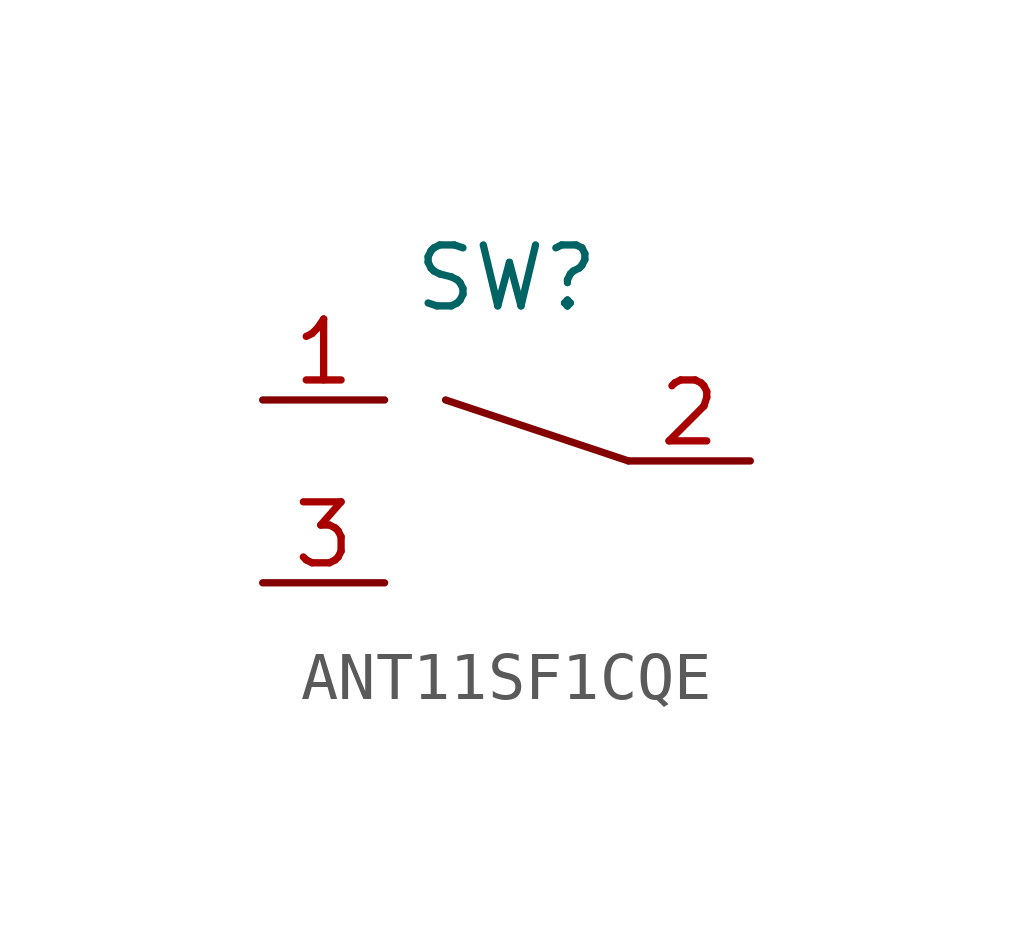
<source format=kicad_sym>
(kicad_symbol_lib
  (version 20220914)
  (generator kicad_symbol_editor)
  (symbol "ANT11SF1CQE"
    (property "Reference" "SW"
      (at 3.81 2.54 0)
      (effects (font (size 1.27 1.27))))
    (property "Value" ""
      (at 0 0 0)
      (effects (font (size 1.27 1.27))))
    (symbol "ANT11SF1CQE_0_1"
      (polyline (pts (xy 6.35 -1.27) (xy 2.54 0)) (stroke (width 0) (type default)) (fill (type none))))
    (symbol "ANT11SF1CQE_1_1"
      (pin passive line (at -1.27 0 0) (length 2.54) (name "" (effects (font (size 1.27 1.27)))) (number "1" (effects (font (size 1.27 1.27)))))
      (pin passive line (at 8.89 -1.27 180) (length 2.54) (name "" (effects (font (size 1.27 1.27)))) (number "2" (effects (font (size 1.27 1.27)))))
      (pin passive line (at -1.27 -3.81 0) (length 2.54) (name "" (effects (font (size 1.27 1.27)))) (number "3" (effects (font (size 1.27 1.27))))))))
</source>
